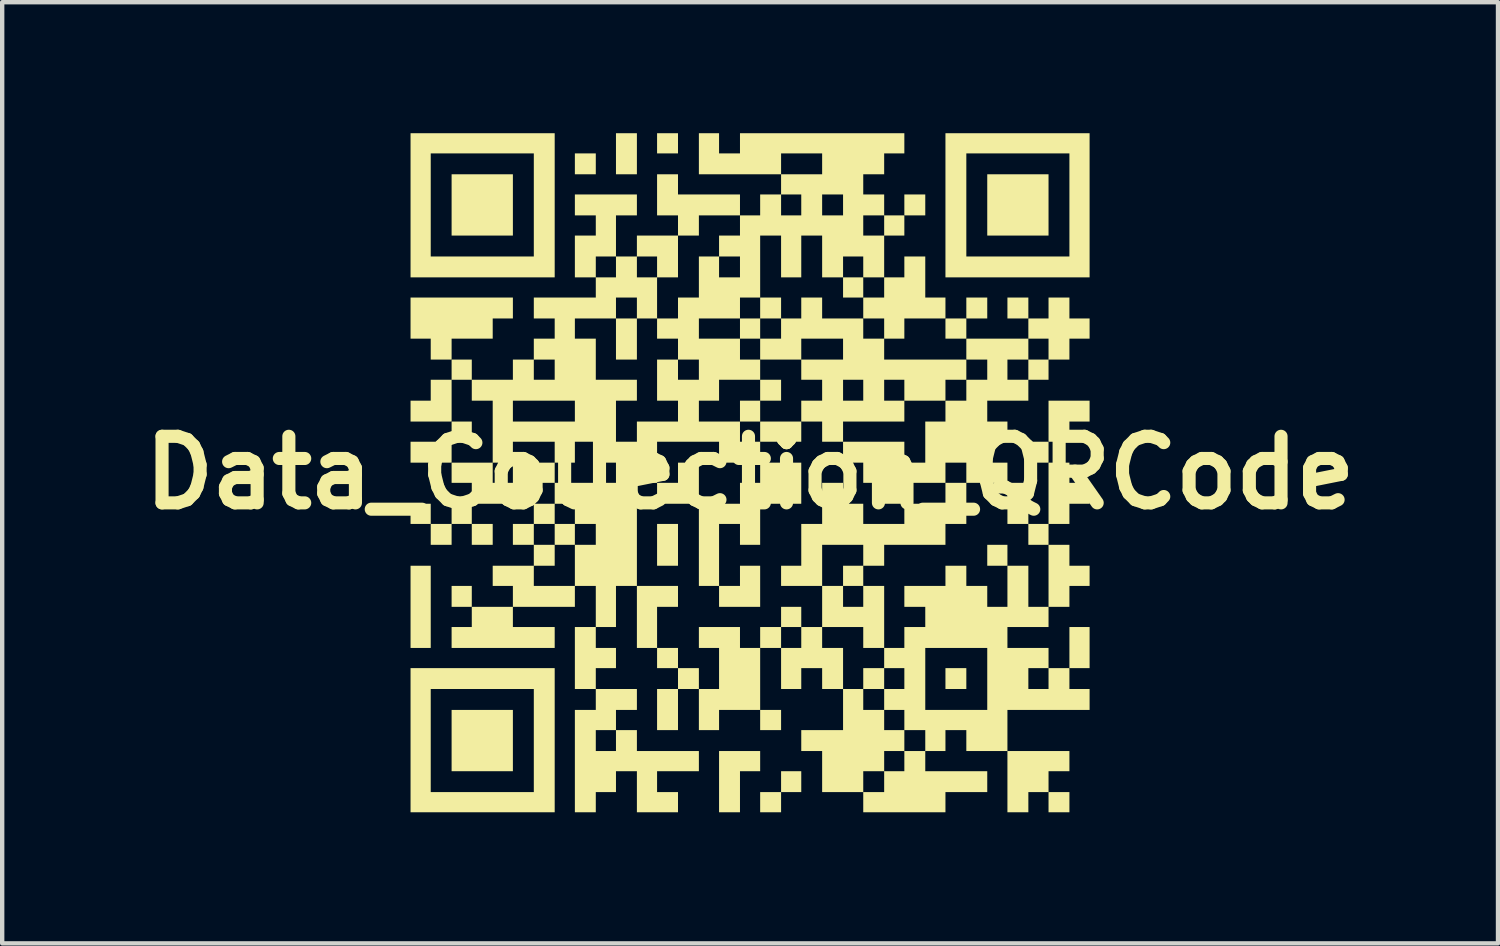
<source format=kicad_pcb>
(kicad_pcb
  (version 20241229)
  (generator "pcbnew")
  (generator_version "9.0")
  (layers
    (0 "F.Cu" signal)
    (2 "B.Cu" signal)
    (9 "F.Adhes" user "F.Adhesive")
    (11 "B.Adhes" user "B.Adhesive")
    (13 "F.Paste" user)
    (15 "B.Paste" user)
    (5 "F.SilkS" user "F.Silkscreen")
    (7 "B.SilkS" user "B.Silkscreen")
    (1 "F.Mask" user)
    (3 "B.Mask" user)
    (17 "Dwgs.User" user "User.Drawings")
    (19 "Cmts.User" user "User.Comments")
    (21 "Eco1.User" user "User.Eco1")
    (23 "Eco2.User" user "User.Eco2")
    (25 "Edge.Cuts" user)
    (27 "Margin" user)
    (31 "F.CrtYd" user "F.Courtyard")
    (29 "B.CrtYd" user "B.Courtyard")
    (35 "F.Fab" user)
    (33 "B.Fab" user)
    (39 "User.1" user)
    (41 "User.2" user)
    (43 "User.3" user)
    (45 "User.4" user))
  (footprint "Data_Collection_QRCode"
    (layer "F.Cu")
    (at 14.122 7.773)
    (property "Reference" "Data_Collection_QRCode" (at 0 0 0) (layer "F.SilkS") (effects (font (size 1.524 1.524) (thickness 0.3))))
    (attr board_only exclude_from_pos_files exclude_from_bom)
    (fp_poly (pts (xy -7.311 1.172) (xy -7.773 1.172) (xy -7.773 0.71) (xy -7.311 0.71)) (stroke (width 0) (type solid)) (fill yes) (layer "F.SilkS"))
    (fp_poly (pts (xy -7.311 4.011) (xy -7.773 4.011) (xy -7.773 2.129) (xy -7.311 2.129)) (stroke (width 0) (type solid)) (fill yes) (layer "F.SilkS"))
    (fp_poly (pts (xy -6.833 1.65) (xy -7.311 1.65) (xy -7.311 1.172) (xy -6.833 1.172)) (stroke (width 0) (type solid)) (fill yes) (layer "F.SilkS"))
    (fp_poly (pts (xy -6.371 1.172) (xy -6.833 1.172) (xy -6.833 0.71) (xy -6.371 0.71)) (stroke (width 0) (type solid)) (fill yes) (layer "F.SilkS"))
    (fp_poly (pts (xy -6.371 3.07) (xy -6.833 3.07) (xy -6.833 2.591) (xy -6.371 2.591)) (stroke (width 0) (type solid)) (fill yes) (layer "F.SilkS"))
    (fp_poly (pts (xy -5.892 1.65) (xy -6.371 1.65) (xy -6.371 1.172) (xy -5.892 1.172)) (stroke (width 0) (type solid)) (fill yes) (layer "F.SilkS"))
    (fp_poly (pts (xy -5.43 -5.43) (xy -6.833 -5.43) (xy -6.833 -6.833) (xy -5.43 -6.833)) (stroke (width 0) (type solid)) (fill yes) (layer "F.SilkS"))
    (fp_poly (pts (xy -5.43 6.833) (xy -6.833 6.833) (xy -6.833 5.43) (xy -5.43 5.43)) (stroke (width 0) (type solid)) (fill yes) (layer "F.SilkS"))
    (fp_poly (pts (xy -4.011 1.65) (xy -4.473 1.65) (xy -4.473 1.172) (xy -4.011 1.172)) (stroke (width 0) (type solid)) (fill yes) (layer "F.SilkS"))
    (fp_poly (pts (xy -3.532 -6.833) (xy -4.011 -6.833) (xy -4.011 -7.311) (xy -3.532 -7.311)) (stroke (width 0) (type solid)) (fill yes) (layer "F.SilkS"))
    (fp_poly (pts (xy -2.591 -6.833) (xy -3.07 -6.833) (xy -3.07 -7.773) (xy -2.591 -7.773)) (stroke (width 0) (type solid)) (fill yes) (layer "F.SilkS"))
    (fp_poly (pts (xy -2.591 -2.591) (xy -3.07 -2.591) (xy -3.07 -3.532) (xy -2.591 -3.532)) (stroke (width 0) (type solid)) (fill yes) (layer "F.SilkS"))
    (fp_poly (pts (xy -1.65 -7.311) (xy -2.129 -7.311) (xy -2.129 -7.773) (xy -1.65 -7.773)) (stroke (width 0) (type solid)) (fill yes) (layer "F.SilkS"))
    (fp_poly (pts (xy -1.65 2.129) (xy -2.129 2.129) (xy -2.129 1.172) (xy -1.65 1.172)) (stroke (width 0) (type solid)) (fill yes) (layer "F.SilkS"))
    (fp_poly (pts (xy -1.65 4.473) (xy -2.129 4.473) (xy -2.129 4.011) (xy -1.65 4.011)) (stroke (width 0) (type solid)) (fill yes) (layer "F.SilkS"))
    (fp_poly (pts (xy -1.65 5.892) (xy -2.129 5.892) (xy -2.129 4.951) (xy -1.65 4.951)) (stroke (width 0) (type solid)) (fill yes) (layer "F.SilkS"))
    (fp_poly (pts (xy -1.172 4.951) (xy -1.65 4.951) (xy -1.65 4.473) (xy -1.172 4.473)) (stroke (width 0) (type solid)) (fill yes) (layer "F.SilkS"))
    (fp_poly (pts (xy 0.231 -1.172) (xy -0.231 -1.172) (xy -0.231 -1.65) (xy 0.231 -1.65)) (stroke (width 0) (type solid)) (fill yes) (layer "F.SilkS"))
    (fp_poly (pts (xy 0.71 -1.65) (xy 0.231 -1.65) (xy 0.231 -2.129) (xy 0.71 -2.129)) (stroke (width 0) (type solid)) (fill yes) (layer "F.SilkS"))
    (fp_poly (pts (xy 0.71 4.011) (xy 0.231 4.011) (xy 0.231 3.532) (xy 0.71 3.532)) (stroke (width 0) (type solid)) (fill yes) (layer "F.SilkS"))
    (fp_poly (pts (xy 0.71 5.892) (xy 0.231 5.892) (xy 0.231 5.43) (xy 0.71 5.43)) (stroke (width 0) (type solid)) (fill yes) (layer "F.SilkS"))
    (fp_poly (pts (xy 0.71 7.773) (xy 0.231 7.773) (xy 0.231 7.311) (xy 0.71 7.311)) (stroke (width 0) (type solid)) (fill yes) (layer "F.SilkS"))
    (fp_poly (pts (xy 1.172 -0.71) (xy 0.231 -0.71) (xy 0.231 -1.172) (xy 1.172 -1.172)) (stroke (width 0) (type solid)) (fill yes) (layer "F.SilkS"))
    (fp_poly (pts (xy 1.172 3.532) (xy 0.71 3.532) (xy 0.71 3.07) (xy 1.172 3.07)) (stroke (width 0) (type solid)) (fill yes) (layer "F.SilkS"))
    (fp_poly (pts (xy 1.172 7.311) (xy 0.71 7.311) (xy 0.71 6.833) (xy 1.172 6.833)) (stroke (width 0) (type solid)) (fill yes) (layer "F.SilkS"))
    (fp_poly (pts (xy 2.591 -4.011) (xy 2.129 -4.011) (xy 2.129 -4.473) (xy 2.591 -4.473)) (stroke (width 0) (type solid)) (fill yes) (layer "F.SilkS"))
    (fp_poly (pts (xy 3.07 4.951) (xy 2.591 4.951) (xy 2.591 4.473) (xy 3.07 4.473)) (stroke (width 0) (type solid)) (fill yes) (layer "F.SilkS"))
    (fp_poly (pts (xy 4.011 -5.892) (xy 3.532 -5.892) (xy 3.532 -6.371) (xy 4.011 -6.371)) (stroke (width 0) (type solid)) (fill yes) (layer "F.SilkS"))
    (fp_poly (pts (xy 4.951 -3.07) (xy 4.473 -3.07) (xy 4.473 -3.532) (xy 4.951 -3.532)) (stroke (width 0) (type solid)) (fill yes) (layer "F.SilkS"))
    (fp_poly (pts (xy 4.951 4.951) (xy 4.473 4.951) (xy 4.473 4.473) (xy 4.951 4.473)) (stroke (width 0) (type solid)) (fill yes) (layer "F.SilkS"))
    (fp_poly (pts (xy 5.43 -3.532) (xy 4.951 -3.532) (xy 4.951 -4.011) (xy 5.43 -4.011)) (stroke (width 0) (type solid)) (fill yes) (layer "F.SilkS"))
    (fp_poly (pts (xy 5.892 2.129) (xy 5.43 2.129) (xy 5.43 1.65) (xy 5.892 1.65)) (stroke (width 0) (type solid)) (fill yes) (layer "F.SilkS"))
    (fp_poly (pts (xy 6.371 -3.532) (xy 5.892 -3.532) (xy 5.892 -4.011) (xy 6.371 -4.011)) (stroke (width 0) (type solid)) (fill yes) (layer "F.SilkS"))
    (fp_poly (pts (xy 6.371 1.172) (xy 5.892 1.172) (xy 5.892 0.231) (xy 6.371 0.231)) (stroke (width 0) (type solid)) (fill yes) (layer "F.SilkS"))
    (fp_poly (pts (xy 6.833 -5.43) (xy 5.43 -5.43) (xy 5.43 -6.833) (xy 6.833 -6.833)) (stroke (width 0) (type solid)) (fill yes) (layer "F.SilkS"))
    (fp_poly (pts (xy 6.833 -0.231) (xy 6.371 -0.231) (xy 6.371 -0.71) (xy 6.833 -0.71)) (stroke (width 0) (type solid)) (fill yes) (layer "F.SilkS"))
    (fp_poly (pts (xy 6.833 1.65) (xy 6.371 1.65) (xy 6.371 1.172) (xy 6.833 1.172)) (stroke (width 0) (type solid)) (fill yes) (layer "F.SilkS"))
    (fp_poly (pts (xy 7.311 7.773) (xy 6.833 7.773) (xy 6.833 7.311) (xy 7.311 7.311)) (stroke (width 0) (type solid)) (fill yes) (layer "F.SilkS"))
    (fp_poly (pts (xy 7.773 4.473) (xy 7.311 4.473) (xy 7.311 3.532) (xy 7.773 3.532)) (stroke (width 0) (type solid)) (fill yes) (layer "F.SilkS"))
    (fp_poly (pts (xy -1.65 3.07) (xy -2.129 3.07) (xy -2.129 4.011) (xy -2.591 4.011) (xy -2.591 2.591) (xy -1.65 2.591)) (stroke (width 0) (type solid)) (fill yes) (layer "F.SilkS"))
    (fp_poly (pts (xy -1.172 0.71) (xy -2.129 0.71) (xy -2.129 0.231) (xy -1.65 0.231) (xy -1.65 -0.231) (xy -1.172 -0.231)) (stroke (width 0) (type solid)) (fill yes) (layer "F.SilkS"))
    (fp_poly (pts (xy 0.231 3.07) (xy -0.71 3.07) (xy -0.71 2.591) (xy -0.231 2.591) (xy -0.231 2.129) (xy 0.231 2.129)) (stroke (width 0) (type solid)) (fill yes) (layer "F.SilkS"))
    (fp_poly (pts (xy 0.231 6.833) (xy -0.231 6.833) (xy -0.231 7.773) (xy -0.71 7.773) (xy -0.71 6.371) (xy 0.231 6.371)) (stroke (width 0) (type solid)) (fill yes) (layer "F.SilkS"))
    (fp_poly (pts (xy 7.773 -1.172) (xy 7.311 -1.172) (xy 7.311 -0.71) (xy 6.833 -0.71) (xy 6.833 -1.65) (xy 7.773 -1.65)) (stroke (width 0) (type solid)) (fill yes) (layer "F.SilkS"))
    (fp_poly (pts (xy -5.43 3.532) (xy -4.473 3.532) (xy -4.473 4.011) (xy -6.833 4.011) (xy -6.833 3.532) (xy -6.371 3.532) (xy -6.371 3.07) (xy -5.43 3.07)) (stroke (width 0) (type solid)) (fill yes) (layer "F.SilkS"))
    (fp_poly (pts (xy -3.532 4.011) (xy -3.07 4.011) (xy -3.07 4.473) (xy -3.532 4.473) (xy -3.532 4.951) (xy -4.011 4.951) (xy -4.011 3.532) (xy -3.532 3.532)) (stroke (width 0) (type solid)) (fill yes) (layer "F.SilkS"))
    (fp_poly (pts (xy 7.311 0.231) (xy 7.773 0.231) (xy 7.773 0.71) (xy 7.311 0.71) (xy 7.311 1.172) (xy 6.833 1.172) (xy 6.833 -0.231) (xy 7.311 -0.231)) (stroke (width 0) (type solid)) (fill yes) (layer "F.SilkS"))
    (fp_poly (pts (xy 7.311 2.129) (xy 7.773 2.129) (xy 7.773 2.591) (xy 7.311 2.591) (xy 7.311 3.07) (xy 6.833 3.07) (xy 6.833 1.65) (xy 7.311 1.65)) (stroke (width 0) (type solid)) (fill yes) (layer "F.SilkS"))
    (fp_poly (pts (xy 7.311 6.833) (xy 6.833 6.833) (xy 6.833 7.311) (xy 6.371 7.311) (xy 6.371 7.773) (xy 5.892 7.773) (xy 5.892 6.371) (xy 7.311 6.371)) (stroke (width 0) (type solid)) (fill yes) (layer "F.SilkS"))
    (fp_poly (pts (xy -5.43 -3.532) (xy -5.892 -3.532) (xy -5.892 -3.07) (xy -6.833 -3.07) (xy -6.833 -2.591) (xy -7.311 -2.591) (xy -7.311 -3.07) (xy -7.773 -3.07) (xy -7.773 -4.011) (xy -5.43 -4.011)) (stroke (width 0) (type solid)) (fill yes) (layer "F.SilkS"))
    (fp_poly (pts (xy -4.473 -4.473) (xy -7.773 -4.473) (xy -7.773 -4.951) (xy -7.311 -4.951) (xy -4.951 -4.951) (xy -4.951 -7.311) (xy -7.311 -7.311) (xy -7.311 -4.951) (xy -7.773 -4.951) (xy -7.773 -7.773) (xy -4.473 -7.773)) (stroke (width 0) (type solid)) (fill yes) (layer "F.SilkS"))
    (fp_poly (pts (xy -4.473 7.773) (xy -7.773 7.773) (xy -7.773 7.311) (xy -7.311 7.311) (xy -4.951 7.311) (xy -4.951 4.951) (xy -7.311 4.951) (xy -7.311 7.311) (xy -7.773 7.311) (xy -7.773 4.473) (xy -4.473 4.473)) (stroke (width 0) (type solid)) (fill yes) (layer "F.SilkS"))
    (fp_poly (pts (xy 7.773 -4.473) (xy 4.473 -4.473) (xy 4.473 -4.951) (xy 4.951 -4.951) (xy 7.311 -4.951) (xy 7.311 -7.311) (xy 4.951 -7.311) (xy 4.951 -4.951) (xy 4.473 -4.951) (xy 4.473 -7.773) (xy 7.773 -7.773)) (stroke (width 0) (type solid)) (fill yes) (layer "F.SilkS"))
    (fp_poly (pts (xy -0.231 4.011) (xy 0.231 4.011) (xy 0.231 5.43) (xy -0.71 5.43) (xy -0.71 5.892) (xy -1.172 5.892) (xy -1.172 4.951) (xy -0.71 4.951) (xy -0.71 4.011) (xy -1.172 4.011) (xy -1.172 3.532) (xy -0.231 3.532)) (stroke (width 0) (type solid)) (fill yes) (layer "F.SilkS"))
    (fp_poly (pts (xy 1.65 4.011) (xy 2.129 4.011) (xy 2.129 4.951) (xy 1.65 4.951) (xy 1.65 4.473) (xy 1.172 4.473) (xy 1.172 4.951) (xy 0.71 4.951) (xy 0.71 4.011) (xy 1.172 4.011) (xy 1.172 3.532) (xy 1.65 3.532)) (stroke (width 0) (type solid)) (fill yes) (layer "F.SilkS"))
    (fp_poly (pts (xy 1.172 0.71) (xy 0.231 0.71) (xy 0.231 1.65) (xy -0.231 1.65) (xy -0.231 1.172) (xy -0.71 1.172) (xy -0.71 2.591) (xy -1.172 2.591) (xy -1.172 0.71) (xy -0.231 0.71) (xy -0.231 0.231) (xy 0.231 0.231) (xy 0.231 -0.231) (xy 1.172 -0.231)) (stroke (width 0) (type solid)) (fill yes) (layer "F.SilkS"))
    (fp_poly (pts (xy 4.011 -4.011) (xy 4.473 -4.011) (xy 4.473 -3.532) (xy 3.532 -3.532) (xy 3.532 -3.07) (xy 3.07 -3.07) (xy 3.07 -3.532) (xy 2.591 -3.532) (xy 2.591 -4.011) (xy 3.07 -4.011) (xy 3.07 -4.473) (xy 3.532 -4.473) (xy 3.532 -4.951) (xy 4.011 -4.951)) (stroke (width 0) (type solid)) (fill yes) (layer "F.SilkS"))
    (fp_poly (pts (xy -2.591 5.892) (xy -2.591 6.371) (xy -1.172 6.371) (xy -1.172 6.833) (xy -2.129 6.833) (xy -2.129 7.311) (xy -1.65 7.311) (xy -1.65 7.773) (xy -2.591 7.773) (xy -2.591 6.833) (xy -3.07 6.833) (xy -3.07 7.311) (xy -3.532 7.311) (xy -3.532 7.773) (xy -4.011 7.773) (xy -4.011 6.371) (xy -3.532 6.371) (xy -3.07 6.371) (xy -3.07 5.892) (xy -3.532 5.892) (xy -3.532 6.371) (xy -4.011 6.371) (xy -4.011 5.43) (xy -3.532 5.43) (xy -3.532 4.951) (xy -2.591 4.951) (xy -2.591 5.43) (xy -3.07 5.43) (xy -3.07 5.892)) (stroke (width 0) (type solid)) (fill yes) (layer "F.SilkS"))
    (fp_poly (pts (xy 3.07 2.591) (xy 3.07 4.011) (xy 2.591 4.011) (xy 2.591 3.532) (xy 1.65 3.532) (xy 1.65 3.07) (xy 2.129 3.07) (xy 2.591 3.07) (xy 2.591 2.591) (xy 2.129 2.591) (xy 2.129 3.07) (xy 1.65 3.07) (xy 1.65 2.591) (xy 2.129 2.591) (xy 2.129 2.129) (xy 2.591 2.129) (xy 2.591 1.65) (xy 1.65 1.65) (xy 1.65 2.591) (xy 0.71 2.591) (xy 0.71 2.129) (xy 1.172 2.129) (xy 1.172 1.172) (xy 1.65 1.172) (xy 1.65 0.231) (xy 2.129 0.231) (xy 2.129 0.71) (xy 2.591 0.71) (xy 2.591 1.172) (xy 3.532 1.172) (xy 3.532 0.71) (xy 4.473 0.71) (xy 4.473 0.231) (xy 4.951 0.231) (xy 4.951 1.172) (xy 4.473 1.172) (xy 4.473 1.65) (xy 3.07 1.65) (xy 3.07 2.129) (xy 2.591 2.129) (xy 2.591 2.591)) (stroke (width 0) (type solid)) (fill yes) (layer "F.SilkS"))
    (fp_poly (pts (xy 1.172 -1.65) (xy 1.65 -1.65) (xy 2.129 -1.65) (xy 2.591 -1.65) (xy 3.07 -1.65) (xy 3.532 -1.65) (xy 3.532 -2.129) (xy 3.07 -2.129) (xy 3.07 -1.65) (xy 2.591 -1.65) (xy 2.591 -2.129) (xy 2.129 -2.129) (xy 2.129 -1.65) (xy 1.65 -1.65) (xy 1.65 -2.129) (xy 1.172 -2.129) (xy 1.172 -2.591) (xy 2.129 -2.591) (xy 2.129 -3.07) (xy 1.172 -3.07) (xy 1.172 -2.591) (xy 0.231 -2.591) (xy 0.231 -3.07) (xy 0.71 -3.07) (xy 0.71 -3.532) (xy 0.231 -3.532) (xy 0.231 -3.07) (xy -0.231 -3.07) (xy -0.231 -3.532) (xy 0.231 -3.532) (xy 0.231 -4.011) (xy 0.71 -4.011) (xy 0.71 -3.532) (xy 1.172 -3.532) (xy 1.172 -4.011) (xy 1.65 -4.011) (xy 1.65 -3.532) (xy 2.591 -3.532) (xy 2.591 -3.07) (xy 3.07 -3.07) (xy 3.07 -2.591) (xy 4.951 -2.591) (xy 4.951 -2.129) (xy 4.473 -2.129) (xy 4.473 -1.65) (xy 3.532 -1.65) (xy 3.532 -1.172) (xy 2.129 -1.172) (xy 2.129 -0.71) (xy 1.65 -0.71) (xy 1.65 -1.172) (xy 1.172 -1.172)) (stroke (width 0) (type solid)) (fill yes) (layer "F.SilkS"))
    (fp_poly (pts (xy 7.311 -3.532) (xy 7.773 -3.532) (xy 7.773 -3.07) (xy 7.311 -3.07) (xy 7.311 -2.591) (xy 6.833 -2.591) (xy 6.833 -2.129) (xy 6.371 -2.129) (xy 6.371 -1.65) (xy 5.43 -1.65) (xy 5.43 -1.172) (xy 5.892 -1.172) (xy 5.892 -0.71) (xy 5.43 -0.71) (xy 5.43 -0.231) (xy 5.892 -0.231) (xy 5.892 0.231) (xy 4.951 0.231) (xy 4.951 -0.231) (xy 4.473 -0.231) (xy 4.473 0.231) (xy 3.532 0.231) (xy 3.532 0.71) (xy 3.07 0.71) (xy 3.07 0.231) (xy 2.591 0.231) (xy 2.591 -0.231) (xy 2.129 -0.231) (xy 2.129 -0.71) (xy 3.532 -0.71) (xy 3.532 -0.231) (xy 4.011 -0.231) (xy 4.011 -1.172) (xy 4.473 -1.172) (xy 4.473 -1.65) (xy 4.951 -1.65) (xy 4.951 -2.129) (xy 5.43 -2.129) (xy 5.892 -2.129) (xy 6.371 -2.129) (xy 6.371 -2.591) (xy 6.833 -2.591) (xy 6.833 -3.07) (xy 6.371 -3.07) (xy 6.371 -2.591) (xy 5.892 -2.591) (xy 5.892 -2.129) (xy 5.43 -2.129) (xy 5.43 -2.591) (xy 4.951 -2.591) (xy 4.951 -3.07) (xy 6.371 -3.07) (xy 6.371 -3.532) (xy 6.833 -3.532) (xy 6.833 -4.011) (xy 7.311 -4.011)) (stroke (width 0) (type solid)) (fill yes) (layer "F.SilkS"))
    (fp_poly (pts (xy 7.311 4.473) (xy 7.311 4.951) (xy 7.773 4.951) (xy 7.773 5.43) (xy 5.892 5.43) (xy 5.892 6.371) (xy 4.951 6.371) (xy 4.951 5.892) (xy 4.473 5.892) (xy 4.473 6.371) (xy 4.011 6.371) (xy 4.011 6.833) (xy 5.43 6.833) (xy 5.43 7.311) (xy 4.473 7.311) (xy 4.473 7.773) (xy 2.591 7.773) (xy 2.591 7.311) (xy 3.07 7.311) (xy 3.07 6.833) (xy 3.532 6.833) (xy 3.532 6.371) (xy 4.011 6.371) (xy 4.011 5.892) (xy 3.532 5.892) (xy 3.532 6.371) (xy 3.07 6.371) (xy 3.07 6.833) (xy 2.591 6.833) (xy 2.591 7.311) (xy 1.65 7.311) (xy 1.65 6.371) (xy 1.172 6.371) (xy 1.172 5.892) (xy 2.129 5.892) (xy 3.07 5.892) (xy 3.532 5.892) (xy 3.532 5.43) (xy 4.011 5.43) (xy 5.43 5.43) (xy 5.43 4.951) (xy 6.371 4.951) (xy 6.833 4.951) (xy 6.833 4.473) (xy 6.371 4.473) (xy 6.371 4.951) (xy 5.43 4.951) (xy 5.43 4.011) (xy 4.011 4.011) (xy 4.011 5.43) (xy 3.532 5.43) (xy 3.07 5.43) (xy 3.07 5.892) (xy 2.129 5.892) (xy 2.129 4.951) (xy 2.591 4.951) (xy 2.591 5.43) (xy 3.07 5.43) (xy 3.07 4.951) (xy 3.532 4.951) (xy 3.532 4.473) (xy 3.07 4.473) (xy 3.07 4.011) (xy 3.532 4.011) (xy 3.532 3.532) (xy 4.011 3.532) (xy 4.011 3.07) (xy 3.532 3.07) (xy 3.532 2.591) (xy 4.473 2.591) (xy 4.473 2.129) (xy 4.951 2.129) (xy 4.951 2.591) (xy 5.43 2.591) (xy 5.43 3.07) (xy 5.892 3.07) (xy 5.892 2.129) (xy 6.371 2.129) (xy 6.371 3.07) (xy 6.833 3.07) (xy 6.833 3.532) (xy 5.892 3.532) (xy 5.892 4.011) (xy 6.833 4.011) (xy 6.833 4.473)) (stroke (width 0) (type solid)) (fill yes) (layer "F.SilkS"))
    (fp_poly (pts (xy -6.371 0.231) (xy -5.892 0.231) (xy -5.43 0.231) (xy -5.43 -0.231) (xy -4.473 -0.231) (xy -4.473 -0.71) (xy -5.43 -0.71) (xy -5.43 -0.231) (xy -5.892 -0.231) (xy -5.892 0.231) (xy -6.371 0.231) (xy -6.833 0.231) (xy -6.833 -0.231) (xy -5.892 -0.231) (xy -5.892 -1.172) (xy -5.43 -1.172) (xy -4.011 -1.172) (xy -4.011 -1.65) (xy -5.43 -1.65) (xy -5.43 -1.172) (xy -5.892 -1.172) (xy -5.892 -1.65) (xy -6.371 -1.65) (xy -6.371 -2.129) (xy -6.833 -2.129) (xy -6.833 -1.172) (xy -6.371 -1.172) (xy -6.371 -0.71) (xy -6.833 -0.71) (xy -6.833 -0.231) (xy -7.773 -0.231) (xy -7.773 -0.71) (xy -6.833 -0.71) (xy -6.833 -1.172) (xy -7.773 -1.172) (xy -7.773 -1.65) (xy -7.311 -1.65) (xy -7.311 -2.129) (xy -6.833 -2.129) (xy -6.833 -2.591) (xy -6.371 -2.591) (xy -6.371 -2.129) (xy -5.43 -2.129) (xy -4.951 -2.129) (xy -4.473 -2.129) (xy -4.473 -2.591) (xy -4.951 -2.591) (xy -4.951 -2.129) (xy -5.43 -2.129) (xy -5.43 -2.591) (xy -4.951 -2.591) (xy -4.951 -3.07) (xy -4.473 -3.07) (xy -4.011 -3.07) (xy -3.532 -3.07) (xy -3.532 -2.129) (xy -2.591 -2.129) (xy -2.591 -1.65) (xy -3.07 -1.65) (xy -3.07 -0.71) (xy -2.591 -0.71) (xy -2.591 -1.172) (xy -1.65 -1.172) (xy -1.65 -1.65) (xy -2.129 -1.65) (xy -2.129 -2.129) (xy -1.65 -2.129) (xy -1.172 -2.129) (xy -1.172 -2.591) (xy -1.65 -2.591) (xy -1.65 -2.129) (xy -2.129 -2.129) (xy -2.129 -2.591) (xy -1.65 -2.591) (xy -1.65 -3.07) (xy -2.129 -3.07) (xy -2.129 -3.532) (xy -1.65 -3.532) (xy -1.65 -4.011) (xy -1.172 -4.011) (xy -1.172 -4.473) (xy -0.71 -4.473) (xy -0.231 -4.473) (xy -0.231 -4.951) (xy -0.71 -4.951) (xy -0.71 -4.473) (xy -1.172 -4.473) (xy -1.172 -4.951) (xy -0.71 -4.951) (xy -0.71 -5.43) (xy -0.231 -5.43) (xy -0.231 -5.892) (xy -1.172 -5.892) (xy -1.172 -5.43) (xy -1.65 -5.43) (xy -1.65 -4.473) (xy -2.129 -4.473) (xy -2.129 -3.532) (xy -2.591 -3.532) (xy -2.591 -4.011) (xy -3.07 -4.011) (xy -3.07 -3.532) (xy -4.011 -3.532) (xy -4.011 -3.07) (xy -4.473 -3.07) (xy -4.473 -3.532) (xy -4.951 -3.532) (xy -4.951 -4.011) (xy -3.532 -4.011) (xy -3.532 -4.473) (xy -3.07 -4.473) (xy -2.591 -4.473) (xy -2.129 -4.473) (xy -2.129 -4.951) (xy -2.591 -4.951) (xy -2.591 -4.473) (xy -3.07 -4.473) (xy -3.07 -4.951) (xy -3.532 -4.951) (xy -3.532 -4.473) (xy -4.011 -4.473) (xy -4.011 -5.43) (xy -3.532 -5.43) (xy -3.532 -5.892) (xy -4.011 -5.892) (xy -4.011 -6.371) (xy -2.591 -6.371) (xy -2.591 -5.892) (xy -3.07 -5.892) (xy -3.07 -4.951) (xy -2.591 -4.951) (xy -2.591 -5.43) (xy -1.65 -5.43) (xy -1.65 -5.892) (xy -2.129 -5.892) (xy -2.129 -6.833) (xy -1.65 -6.833) (xy -1.65 -6.371) (xy -0.231 -6.371) (xy -0.231 -5.892) (xy 0.231 -5.892) (xy 0.71 -5.892) (xy 1.172 -5.892) (xy 1.65 -5.892) (xy 2.129 -5.892) (xy 2.129 -6.371) (xy 1.65 -6.371) (xy 1.65 -5.892) (xy 1.172 -5.892) (xy 1.172 -6.371) (xy 0.71 -6.371) (xy 0.71 -5.892) (xy 0.231 -5.892) (xy 0.231 -6.371) (xy 0.71 -6.371) (xy 0.71 -6.833) (xy 1.65 -6.833) (xy 1.65 -7.311) (xy 0.71 -7.311) (xy 0.71 -6.833) (xy -1.172 -6.833) (xy -1.172 -7.773) (xy -0.71 -7.773) (xy -0.71 -7.311) (xy -0.231 -7.311) (xy -0.231 -7.773) (xy 3.532 -7.773) (xy 3.532 -7.311) (xy 3.07 -7.311) (xy 3.07 -6.833) (xy 2.591 -6.833) (xy 2.591 -6.371) (xy 3.07 -6.371) (xy 3.07 -5.892) (xy 3.532 -5.892) (xy 3.532 -5.43) (xy 3.07 -5.43) (xy 3.07 -4.473) (xy 2.591 -4.473) (xy 2.591 -4.951) (xy 2.129 -4.951) (xy 2.129 -4.473) (xy 1.65 -4.473) (xy 1.65 -5.43) (xy 2.591 -5.43) (xy 3.07 -5.43) (xy 3.07 -5.892) (xy 2.591 -5.892) (xy 2.591 -5.43) (xy 1.65 -5.43) (xy 1.172 -5.43) (xy 1.172 -4.473) (xy 0.71 -4.473) (xy 0.71 -5.43) (xy 0.231 -5.43) (xy 0.231 -4.011) (xy -0.231 -4.011) (xy -0.231 -3.532) (xy -1.172 -3.532) (xy -1.172 -3.07) (xy -0.231 -3.07) (xy -0.231 -2.591) (xy 0.231 -2.591) (xy 0.231 -2.129) (xy -0.71 -2.129) (xy -0.71 -1.65) (xy -1.172 -1.65) (xy -1.172 -1.172) (xy -0.231 -1.172) (xy -0.231 -0.71) (xy 0.231 -0.71) (xy 0.231 -0.231) (xy -0.71 -0.231) (xy -0.71 -0.71) (xy -2.129 -0.71) (xy -2.129 0.231) (xy -2.591 0.231) (xy -2.591 2.591) (xy -3.07 2.591) (xy -3.07 3.532) (xy -3.532 3.532) (xy -3.532 2.591) (xy -4.011 2.591) (xy -4.011 3.07) (xy -5.43 3.07) (xy -5.43 2.591) (xy -4.951 2.591) (xy -4.011 2.591) (xy -4.011 1.65) (xy -3.532 1.65) (xy -3.532 1.172) (xy -4.011 1.172) (xy -4.011 0.71) (xy -4.473 0.71) (xy -4.473 1.172) (xy -4.951 1.172) (xy -4.951 1.65) (xy -4.473 1.65) (xy -4.473 2.129) (xy -4.951 2.129) (xy -4.951 2.591) (xy -5.43 2.591) (xy -5.892 2.591) (xy -5.892 2.129) (xy -4.951 2.129) (xy -4.951 1.65) (xy -5.43 1.65) (xy -5.43 1.172) (xy -4.951 1.172) (xy -4.951 0.71) (xy -4.473 0.71) (xy -4.473 0.231) (xy -3.07 0.231) (xy -3.07 -0.231) (xy -3.532 -0.231) (xy -3.532 -0.71) (xy -4.011 -0.71) (xy -4.011 -0.231) (xy -4.473 -0.231) (xy -4.473 0.231) (xy -4.951 0.231) (xy -4.951 0.71) (xy -6.371 0.71)) (stroke (width 0) (type solid)) (fill yes) (layer "F.SilkS")))
  (gr_rect
    (start -3 -3)
    (end 31.245 18.547)
    (stroke (width 0.1) (type default))
    (fill no)
    (layer "Edge.Cuts")))
</source>
